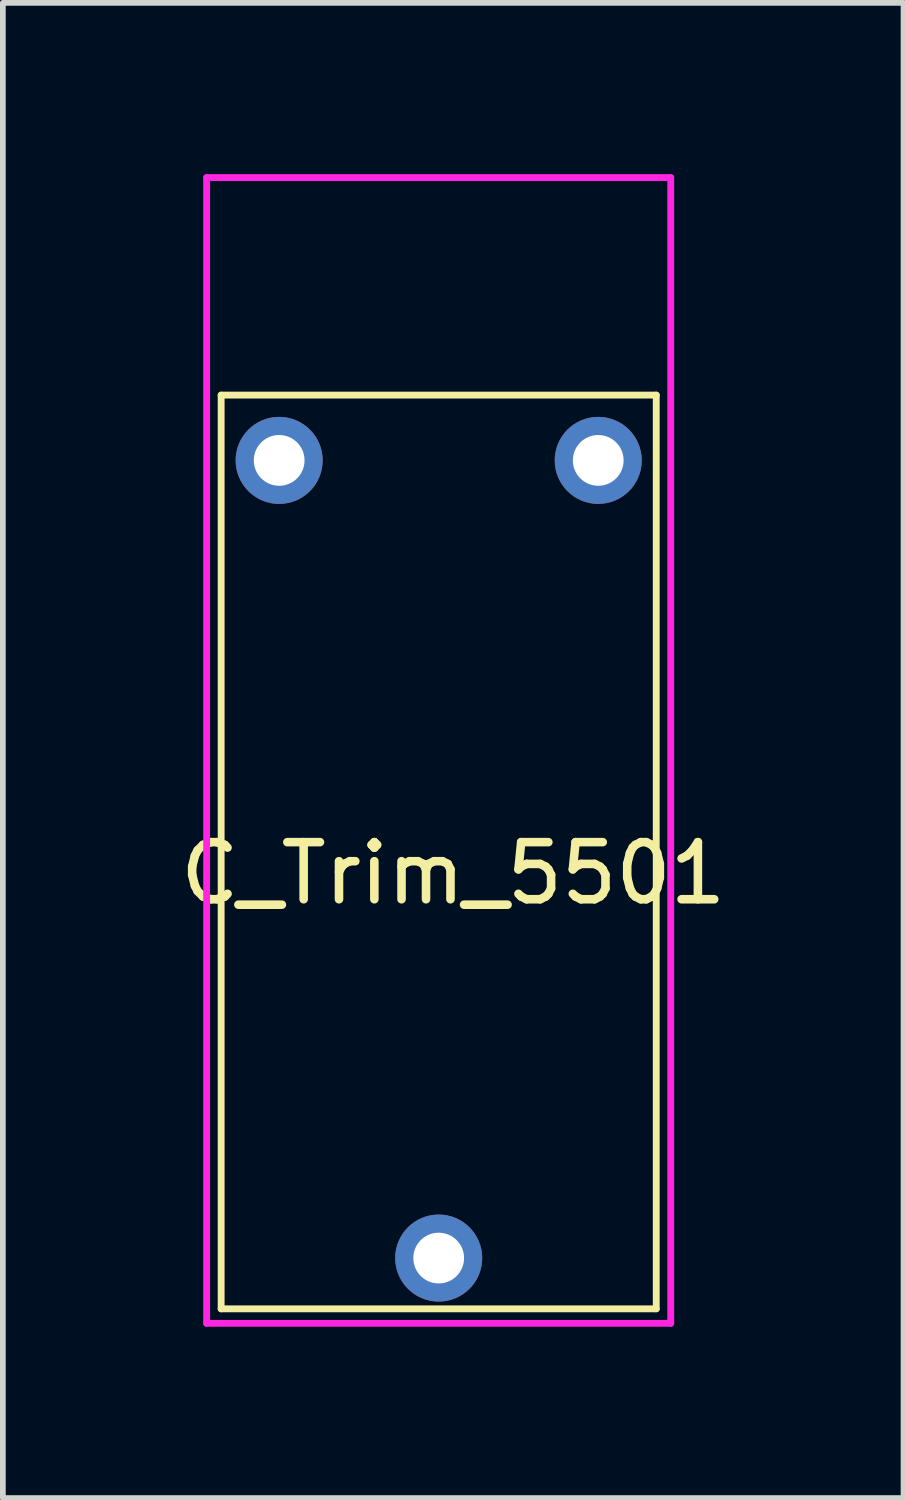
<source format=kicad_pcb>
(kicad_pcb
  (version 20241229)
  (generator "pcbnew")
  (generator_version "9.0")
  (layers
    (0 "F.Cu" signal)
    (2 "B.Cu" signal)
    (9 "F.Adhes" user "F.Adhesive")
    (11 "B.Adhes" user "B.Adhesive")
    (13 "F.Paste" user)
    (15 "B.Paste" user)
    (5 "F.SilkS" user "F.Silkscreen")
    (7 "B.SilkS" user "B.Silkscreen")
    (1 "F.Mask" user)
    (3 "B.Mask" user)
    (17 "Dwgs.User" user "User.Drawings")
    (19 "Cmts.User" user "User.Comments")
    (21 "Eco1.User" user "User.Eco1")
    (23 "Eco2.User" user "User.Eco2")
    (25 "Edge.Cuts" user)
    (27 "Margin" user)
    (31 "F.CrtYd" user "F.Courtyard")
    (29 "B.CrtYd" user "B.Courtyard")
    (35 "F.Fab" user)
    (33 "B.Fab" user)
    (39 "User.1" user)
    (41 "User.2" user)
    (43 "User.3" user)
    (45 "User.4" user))
  (footprint "C_Trim_5501"
    (layer "F.Cu")
    (at 4.633 11.998)
    (property "Reference" "C_Trim_5501" (at 0.254 0.246 0) (layer "F.SilkS") (effects (font (size 1 1) (thickness 0.15))))
    (attr through_hole)
    (fp_line (start -3.81 -8.128) (end -3.81 7.874) (stroke (width 0.12) (type solid)) (layer "F.SilkS"))
    (fp_line (start -3.81 7.874) (end 3.81 7.874) (stroke (width 0.12) (type solid)) (layer "F.SilkS"))
    (fp_line (start 3.81 -8.128) (end -3.81 -8.128) (stroke (width 0.12) (type solid)) (layer "F.SilkS"))
    (fp_line (start 3.81 7.874) (end 3.81 -8.128) (stroke (width 0.12) (type solid)) (layer "F.SilkS"))
    (fp_line (start -4.064 -11.938) (end -4.064 8.128) (stroke (width 0.12) (type solid)) (layer "F.CrtYd"))
    (fp_line (start -4.064 8.128) (end 4.064 8.128) (stroke (width 0.12) (type solid)) (layer "F.CrtYd"))
    (fp_line (start 4.064 -11.938) (end -4.064 -11.938) (stroke (width 0.12) (type solid)) (layer "F.CrtYd"))
    (fp_line (start 4.064 8.128) (end 4.064 -11.938) (stroke (width 0.12) (type solid)) (layer "F.CrtYd"))
    (pad "1" thru_hole circle (at 0 6.985) (size 1.524 1.524) (drill 0.889) (layers "*.Cu" "*.Mask"))
    (pad "2" thru_hole circle (at -2.794 -6.985) (size 1.524 1.524) (drill 0.889) (layers "*.Cu" "*.Mask"))
    (pad "3" thru_hole circle (at 2.794 -6.985) (size 1.524 1.524) (drill 0.889) (layers "*.Cu" "*.Mask")))
  (gr_rect
    (start -3 -3)
    (end 12.774 23.186)
    (stroke (width 0.1) (type default))
    (fill no)
    (layer "Edge.Cuts")))
</source>
